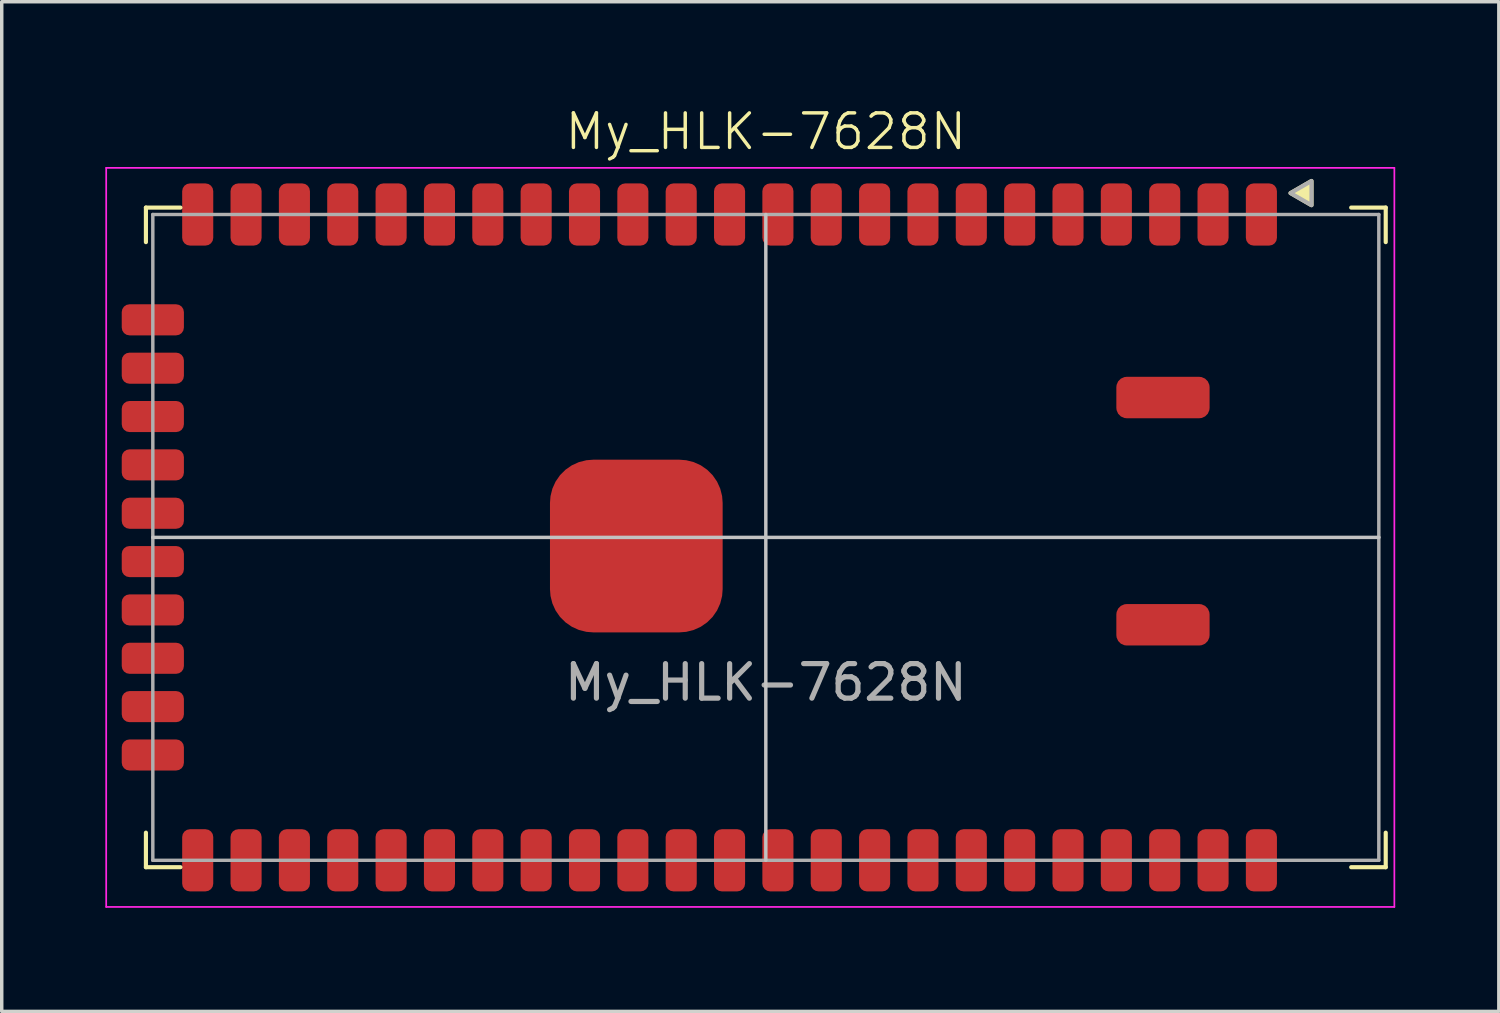
<source format=kicad_pcb>
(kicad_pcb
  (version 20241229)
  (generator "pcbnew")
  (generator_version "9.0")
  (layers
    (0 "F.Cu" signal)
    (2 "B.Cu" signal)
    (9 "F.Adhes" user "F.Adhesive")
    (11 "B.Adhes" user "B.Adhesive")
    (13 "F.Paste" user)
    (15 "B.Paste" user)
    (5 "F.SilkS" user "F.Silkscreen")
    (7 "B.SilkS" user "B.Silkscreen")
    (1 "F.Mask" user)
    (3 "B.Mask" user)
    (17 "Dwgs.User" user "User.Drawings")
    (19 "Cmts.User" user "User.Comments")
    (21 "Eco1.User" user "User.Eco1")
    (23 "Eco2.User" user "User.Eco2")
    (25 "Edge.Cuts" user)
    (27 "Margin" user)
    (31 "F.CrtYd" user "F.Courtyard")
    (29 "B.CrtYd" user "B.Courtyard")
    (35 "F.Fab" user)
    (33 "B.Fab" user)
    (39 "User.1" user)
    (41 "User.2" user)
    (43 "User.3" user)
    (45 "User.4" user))
  (footprint "My_HLK-7628N"
    (layer "F.Cu")
    (at 19.125 12.511)
    (property "Reference" "My_HLK-7628N" (at 0 -11.75 0) (unlocked yes) (layer "F.SilkS") (effects (font (size 1 1) (thickness 0.1))))
    (attr smd)
    (fp_line (start -17.95 -9.55) (end -17.95 -8.55) (stroke (width 0.12) (type default)) (layer "F.SilkS"))
    (fp_line (start -17.95 8.55) (end -17.95 9.55) (stroke (width 0.12) (type default)) (layer "F.SilkS"))
    (fp_line (start -17.95 9.55) (end -16.95 9.55) (stroke (width 0.12) (type default)) (layer "F.SilkS"))
    (fp_line (start -16.95 -9.55) (end -17.95 -9.55) (stroke (width 0.12) (type default)) (layer "F.SilkS"))
    (fp_line (start 16.95 9.55) (end 17.95 9.55) (stroke (width 0.12) (type default)) (layer "F.SilkS"))
    (fp_line (start 17.95 -9.55) (end 16.95 -9.55) (stroke (width 0.12) (type default)) (layer "F.SilkS"))
    (fp_line (start 17.95 -8.55) (end 17.95 -9.55) (stroke (width 0.12) (type default)) (layer "F.SilkS"))
    (fp_line (start 17.95 9.55) (end 17.95 8.55) (stroke (width 0.12) (type default)) (layer "F.SilkS"))
    (fp_poly (pts (xy 15.194 -9.97) (xy 15.8 -10.32) (xy 15.8 -9.62) (xy 15.194 -9.97)) (stroke (width 0.12) (type solid)) (fill yes) (layer "F.SilkS"))
    (fp_line (start -17.75 0) (end 17.75 0) (stroke (width 0.1) (type default)) (layer "Dwgs.User"))
    (fp_line (start 0 -9.35) (end 0 9.35) (stroke (width 0.1) (type default)) (layer "Dwgs.User"))
    (fp_line (start -19.1 -10.7) (end -19.1 10.7) (stroke (width 0.05) (type default)) (layer "F.CrtYd"))
    (fp_line (start -19.1 -10.7) (end 18.2 -10.7) (stroke (width 0.05) (type default)) (layer "F.CrtYd"))
    (fp_line (start -19.1 10.7) (end 18.2 10.7) (stroke (width 0.05) (type default)) (layer "F.CrtYd"))
    (fp_line (start 18.2 10.7) (end 18.2 -10.7) (stroke (width 0.05) (type default)) (layer "F.CrtYd"))
    (fp_line (start -17.75 -9.35) (end 17.75 -9.35) (stroke (width 0.1) (type default)) (layer "F.Fab"))
    (fp_line (start -17.75 0) (end -17.75 -9.35) (stroke (width 0.1) (type default)) (layer "F.Fab"))
    (fp_line (start -17.75 0) (end -17.75 9.35) (stroke (width 0.1) (type default)) (layer "F.Fab"))
    (fp_line (start -17.75 9.35) (end 17.75 9.35) (stroke (width 0.1) (type default)) (layer "F.Fab"))
    (fp_line (start 17.75 0) (end 17.75 -9.35) (stroke (width 0.1) (type default)) (layer "F.Fab"))
    (fp_line (start 17.75 0) (end 17.75 9.35) (stroke (width 0.1) (type default)) (layer "F.Fab"))
    (fp_poly (pts (xy 15.194 -9.97) (xy 15.8 -10.32) (xy 15.8 -9.62) (xy 15.194 -9.97)) (stroke (width 0.12) (type solid)) (fill no) (layer "F.Fab"))
    (fp_text user "${REFERENCE}" (at 0 4.2 0) (unlocked yes) (layer "F.Fab") (effects (font (size 1 1) (thickness 0.15))))
    (pad "1" smd roundrect (at 14.35 -9.35) (size 0.9 1.8) (layers "F.Cu" "F.Mask" "F.Paste") (roundrect_rratio 0.25))
    (pad "2" smd roundrect (at 12.95 -9.35) (size 0.9 1.8) (layers "F.Cu" "F.Mask" "F.Paste") (roundrect_rratio 0.25))
    (pad "3" smd roundrect (at 11.55 -9.35) (size 0.9 1.8) (layers "F.Cu" "F.Mask" "F.Paste") (roundrect_rratio 0.25))
    (pad "4" smd roundrect (at 10.15 -9.35) (size 0.9 1.8) (layers "F.Cu" "F.Mask" "F.Paste") (roundrect_rratio 0.25))
    (pad "5" smd roundrect (at 8.75 -9.35) (size 0.9 1.8) (layers "F.Cu" "F.Mask" "F.Paste") (roundrect_rratio 0.25))
    (pad "6" smd roundrect (at 7.35 -9.35) (size 0.9 1.8) (layers "F.Cu" "F.Mask" "F.Paste") (roundrect_rratio 0.25))
    (pad "7" smd roundrect (at 5.95 -9.35) (size 0.9 1.8) (layers "F.Cu" "F.Mask" "F.Paste") (roundrect_rratio 0.25))
    (pad "8" smd roundrect (at 4.55 -9.35) (size 0.9 1.8) (layers "F.Cu" "F.Mask" "F.Paste") (roundrect_rratio 0.25))
    (pad "9" smd roundrect (at 3.15 -9.35) (size 0.9 1.8) (layers "F.Cu" "F.Mask" "F.Paste") (roundrect_rratio 0.25))
    (pad "10" smd roundrect (at 1.75 -9.35) (size 0.9 1.8) (layers "F.Cu" "F.Mask" "F.Paste") (roundrect_rratio 0.25))
    (pad "11" smd roundrect (at 0.35 -9.35) (size 0.9 1.8) (layers "F.Cu" "F.Mask" "F.Paste") (roundrect_rratio 0.25))
    (pad "12" smd roundrect (at -1.05 -9.35) (size 0.9 1.8) (layers "F.Cu" "F.Mask" "F.Paste") (roundrect_rratio 0.25))
    (pad "13" smd roundrect (at -2.45 -9.35) (size 0.9 1.8) (layers "F.Cu" "F.Mask" "F.Paste") (roundrect_rratio 0.25))
    (pad "14" smd roundrect (at -3.85 -9.35) (size 0.9 1.8) (layers "F.Cu" "F.Mask" "F.Paste") (roundrect_rratio 0.25))
    (pad "15" smd roundrect (at -5.25 -9.35) (size 0.9 1.8) (layers "F.Cu" "F.Mask" "F.Paste") (roundrect_rratio 0.25))
    (pad "16" smd roundrect (at -6.65 -9.35) (size 0.9 1.8) (layers "F.Cu" "F.Mask" "F.Paste") (roundrect_rratio 0.25))
    (pad "17" smd roundrect (at -8.05 -9.35) (size 0.9 1.8) (layers "F.Cu" "F.Mask" "F.Paste") (roundrect_rratio 0.25))
    (pad "18" smd roundrect (at -9.45 -9.35) (size 0.9 1.8) (layers "F.Cu" "F.Mask" "F.Paste") (roundrect_rratio 0.25))
    (pad "19" smd roundrect (at -10.85 -9.35) (size 0.9 1.8) (layers "F.Cu" "F.Mask" "F.Paste") (roundrect_rratio 0.25))
    (pad "20" smd roundrect (at -12.25 -9.35) (size 0.9 1.8) (layers "F.Cu" "F.Mask" "F.Paste") (roundrect_rratio 0.25))
    (pad "21" smd roundrect (at -13.65 -9.35) (size 0.9 1.8) (layers "F.Cu" "F.Mask" "F.Paste") (roundrect_rratio 0.25))
    (pad "22" smd roundrect (at -15.05 -9.35) (size 0.9 1.8) (layers "F.Cu" "F.Mask" "F.Paste") (roundrect_rratio 0.25))
    (pad "23" smd roundrect (at -16.45 -9.35 180) (size 0.9 1.8) (layers "F.Cu" "F.Mask" "F.Paste") (roundrect_rratio 0.25))
    (pad "24" smd roundrect (at -17.75 -6.3 270) (size 0.9 1.8) (layers "F.Cu" "F.Mask" "F.Paste") (roundrect_rratio 0.25))
    (pad "25" smd roundrect (at -17.75 -4.9 270) (size 0.9 1.8) (layers "F.Cu" "F.Mask" "F.Paste") (roundrect_rratio 0.25))
    (pad "26" smd roundrect (at -17.75 -3.5 270) (size 0.9 1.8) (layers "F.Cu" "F.Mask" "F.Paste") (roundrect_rratio 0.25))
    (pad "27" smd roundrect (at -17.75 -2.1 270) (size 0.9 1.8) (layers "F.Cu" "F.Mask" "F.Paste") (roundrect_rratio 0.25))
    (pad "28" smd roundrect (at -17.75 -0.7 270) (size 0.9 1.8) (layers "F.Cu" "F.Mask" "F.Paste") (roundrect_rratio 0.25))
    (pad "29" smd roundrect (at -17.75 0.7 270) (size 0.9 1.8) (layers "F.Cu" "F.Mask" "F.Paste") (roundrect_rratio 0.25))
    (pad "30" smd roundrect (at -17.75 2.1 270) (size 0.9 1.8) (layers "F.Cu" "F.Mask" "F.Paste") (roundrect_rratio 0.25))
    (pad "31" smd roundrect (at -17.75 3.5 270) (size 0.9 1.8) (layers "F.Cu" "F.Mask" "F.Paste") (roundrect_rratio 0.25))
    (pad "32" smd roundrect (at -17.75 4.9 270) (size 0.9 1.8) (layers "F.Cu" "F.Mask" "F.Paste") (roundrect_rratio 0.25))
    (pad "33" smd roundrect (at -17.75 6.3 270) (size 0.9 1.8) (layers "F.Cu" "F.Mask" "F.Paste") (roundrect_rratio 0.25))
    (pad "34" smd roundrect (at -16.45 9.35) (size 0.9 1.8) (layers "F.Cu" "F.Mask" "F.Paste") (roundrect_rratio 0.25))
    (pad "35" smd roundrect (at -15.05 9.35) (size 0.9 1.8) (layers "F.Cu" "F.Mask" "F.Paste") (roundrect_rratio 0.25))
    (pad "36" smd roundrect (at -13.65 9.35) (size 0.9 1.8) (layers "F.Cu" "F.Mask" "F.Paste") (roundrect_rratio 0.25))
    (pad "37" smd roundrect (at -12.25 9.35) (size 0.9 1.8) (layers "F.Cu" "F.Mask" "F.Paste") (roundrect_rratio 0.25))
    (pad "38" smd roundrect (at -10.85 9.35) (size 0.9 1.8) (layers "F.Cu" "F.Mask" "F.Paste") (roundrect_rratio 0.25))
    (pad "39" smd roundrect (at -9.45 9.35) (size 0.9 1.8) (layers "F.Cu" "F.Mask" "F.Paste") (roundrect_rratio 0.25))
    (pad "40" smd roundrect (at -8.05 9.35) (size 0.9 1.8) (layers "F.Cu" "F.Mask" "F.Paste") (roundrect_rratio 0.25))
    (pad "41" smd roundrect (at -6.65 9.35) (size 0.9 1.8) (layers "F.Cu" "F.Mask" "F.Paste") (roundrect_rratio 0.25))
    (pad "42" smd roundrect (at -5.25 9.35) (size 0.9 1.8) (layers "F.Cu" "F.Mask" "F.Paste") (roundrect_rratio 0.25))
    (pad "43" smd roundrect (at -3.85 9.35) (size 0.9 1.8) (layers "F.Cu" "F.Mask" "F.Paste") (roundrect_rratio 0.25))
    (pad "44" smd roundrect (at -2.45 9.35) (size 0.9 1.8) (layers "F.Cu" "F.Mask" "F.Paste") (roundrect_rratio 0.25))
    (pad "45" smd roundrect (at -1.05 9.35) (size 0.9 1.8) (layers "F.Cu" "F.Mask" "F.Paste") (roundrect_rratio 0.25))
    (pad "46" smd roundrect (at 0.35 9.35) (size 0.9 1.8) (layers "F.Cu" "F.Mask" "F.Paste") (roundrect_rratio 0.25))
    (pad "47" smd roundrect (at 1.75 9.35) (size 0.9 1.8) (layers "F.Cu" "F.Mask" "F.Paste") (roundrect_rratio 0.25))
    (pad "48" smd roundrect (at 3.15 9.35) (size 0.9 1.8) (layers "F.Cu" "F.Mask" "F.Paste") (roundrect_rratio 0.25))
    (pad "49" smd roundrect (at 4.55 9.35) (size 0.9 1.8) (layers "F.Cu" "F.Mask" "F.Paste") (roundrect_rratio 0.25))
    (pad "50" smd roundrect (at 5.95 9.35) (size 0.9 1.8) (layers "F.Cu" "F.Mask" "F.Paste") (roundrect_rratio 0.25))
    (pad "51" smd roundrect (at 7.35 9.35) (size 0.9 1.8) (layers "F.Cu" "F.Mask" "F.Paste") (roundrect_rratio 0.25))
    (pad "52" smd roundrect (at 8.75 9.35) (size 0.9 1.8) (layers "F.Cu" "F.Mask" "F.Paste") (roundrect_rratio 0.25))
    (pad "53" smd roundrect (at 10.15 9.35) (size 0.9 1.8) (layers "F.Cu" "F.Mask" "F.Paste") (roundrect_rratio 0.25))
    (pad "54" smd roundrect (at 11.55 9.35) (size 0.9 1.8) (layers "F.Cu" "F.Mask" "F.Paste") (roundrect_rratio 0.25))
    (pad "55" smd roundrect (at 12.95 9.35) (size 0.9 1.8) (layers "F.Cu" "F.Mask" "F.Paste") (roundrect_rratio 0.25))
    (pad "56" smd roundrect (at 14.35 9.35) (size 0.9 1.8) (layers "F.Cu" "F.Mask" "F.Paste") (roundrect_rratio 0.25))
    (pad "57" smd roundrect (at -3.75 0.25) (size 5 5) (layers "F.Cu" "F.Mask" "F.Paste") (roundrect_rratio 0.25))
    (pad "58" smd roundrect (at 11.5 -4.05 90) (size 1.2 2.7) (layers "F.Cu" "F.Mask" "F.Paste") (roundrect_rratio 0.25))
    (pad "59" smd roundrect (at 11.5 2.53 90) (size 1.2 2.7) (layers "F.Cu" "F.Mask" "F.Paste") (roundrect_rratio 0.25)))
  (gr_rect
    (start -3 -3)
    (end 40.35 26.235)
    (stroke (width 0.1) (type default))
    (fill no)
    (layer "Edge.Cuts")))
</source>
